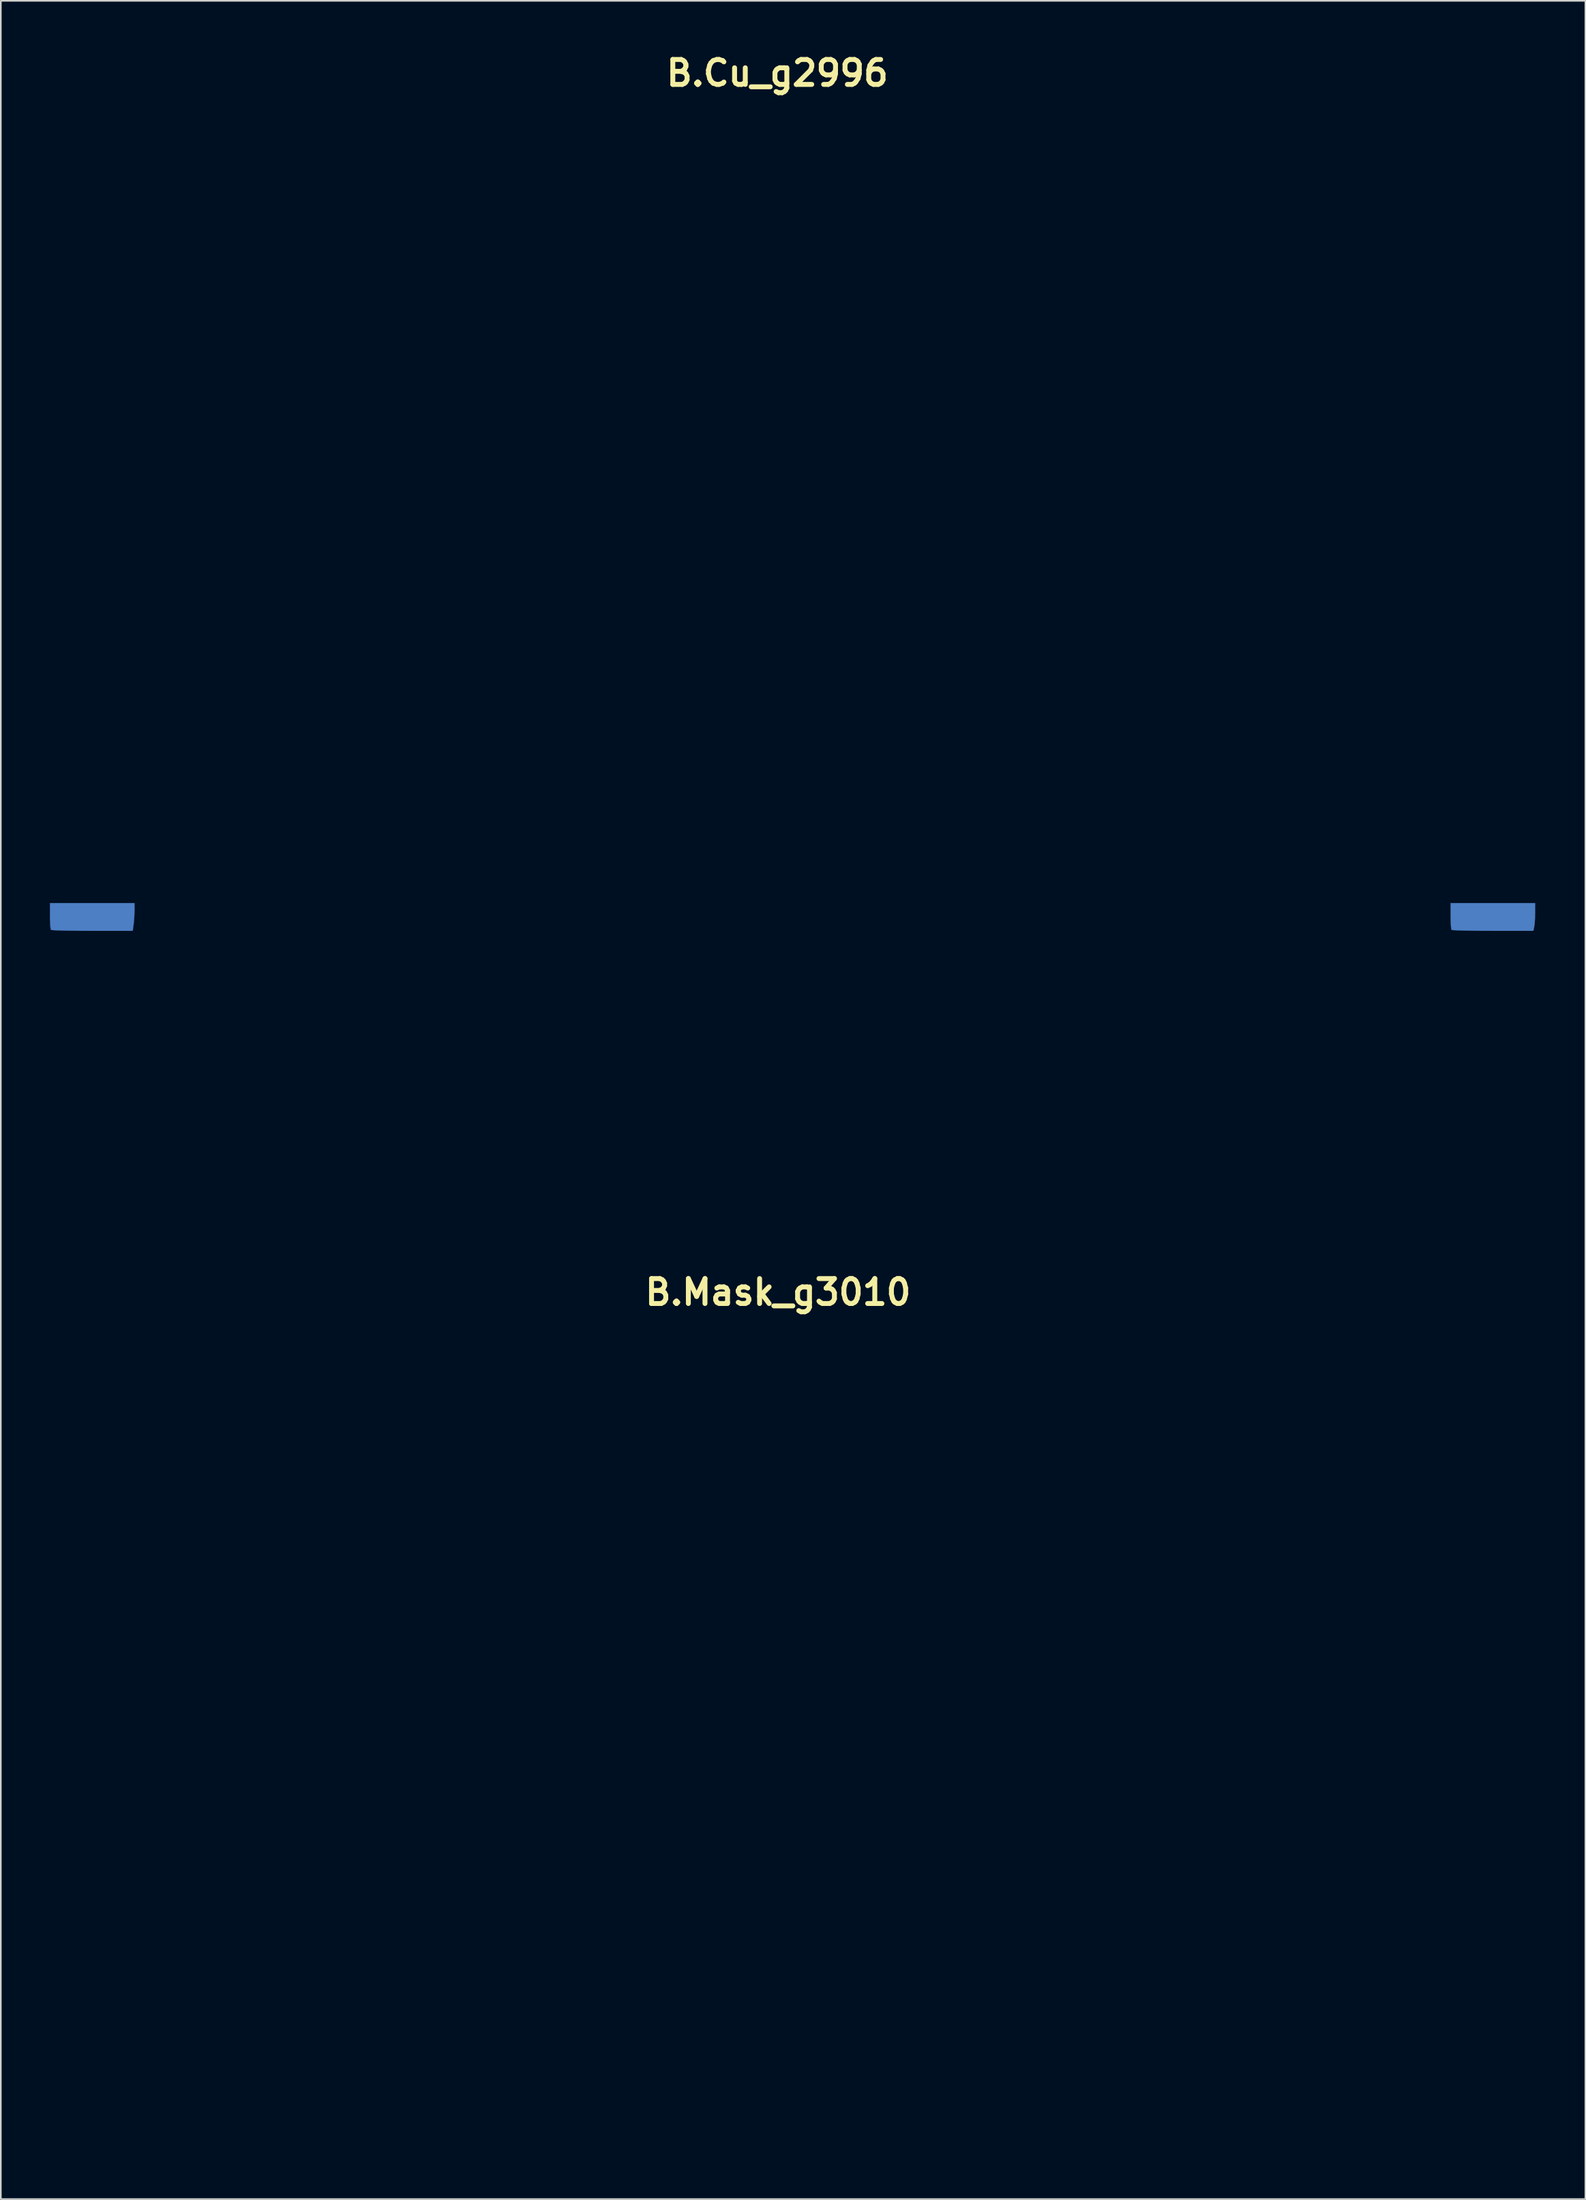
<source format=kicad_pcb>
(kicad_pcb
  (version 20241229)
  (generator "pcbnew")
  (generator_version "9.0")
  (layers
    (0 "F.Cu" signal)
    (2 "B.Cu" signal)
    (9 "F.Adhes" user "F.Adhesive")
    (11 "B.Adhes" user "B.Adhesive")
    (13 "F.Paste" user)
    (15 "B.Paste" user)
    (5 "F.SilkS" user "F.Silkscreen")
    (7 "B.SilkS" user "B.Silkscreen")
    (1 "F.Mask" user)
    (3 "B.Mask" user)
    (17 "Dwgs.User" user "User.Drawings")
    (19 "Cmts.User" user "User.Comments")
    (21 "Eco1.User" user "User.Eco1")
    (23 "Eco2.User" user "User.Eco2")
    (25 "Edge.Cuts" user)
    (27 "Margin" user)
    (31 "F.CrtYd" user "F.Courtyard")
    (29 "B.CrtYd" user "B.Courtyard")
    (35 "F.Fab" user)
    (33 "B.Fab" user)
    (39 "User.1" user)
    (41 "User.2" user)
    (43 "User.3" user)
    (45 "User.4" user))
  (footprint "B.Mask_g3010"
    (layer "F.Cu")
    (at 44.497 75.911)
    (property "Reference" "B.Mask_g3010" (at 0 0 0) (layer "F.SilkS") (effects (font (size 1.524 1.524) (thickness 0.3))))
    (attr through_hole)
    (fp_poly (pts (xy 46.283 51.362) (xy 46.256 51.704) (xy 46.237 52.002) (xy 46.228 52.197) (xy 46.228 52.21) (xy 46.228 52.409) (xy 43.728 52.409) (xy 42.972 52.407) (xy 42.371 52.402) (xy 41.911 52.392) (xy 41.578 52.378) (xy 41.356 52.358) (xy 41.231 52.332) (xy 41.19 52.303) (xy 41.171 52.174) (xy 41.151 51.922) (xy 41.134 51.595) (xy 41.13 51.477) (xy 41.106 50.758) (xy 43.722 50.735) (xy 46.338 50.713) (xy 46.283 51.362)) (stroke (width 0.01) (type solid)) (fill yes) (layer "B.Mask"))
    (fp_poly (pts (xy -40.706 50.734) (xy -40.194 50.74) (xy -39.785 50.751) (xy -39.499 50.766) (xy -39.358 50.784) (xy -39.347 50.789) (xy -39.319 50.904) (xy -39.31 51.148) (xy -39.321 51.482) (xy -39.331 51.637) (xy -39.392 52.409) (xy -41.881 52.409) (xy -42.635 52.407) (xy -43.235 52.402) (xy -43.693 52.392) (xy -44.026 52.377) (xy -44.247 52.357) (xy -44.37 52.331) (xy -44.409 52.303) (xy -44.429 52.174) (xy -44.45 51.922) (xy -44.466 51.595) (xy -44.47 51.477) (xy -44.492 50.758) (xy -41.958 50.735) (xy -41.3 50.732) (xy -40.706 50.734)) (stroke (width 0.01) (type solid)) (fill yes) (layer "B.Mask"))
    (fp_poly (pts (xy 12.477 -18.295) (xy 13.041 -18.229) (xy 13.293 -18.176) (xy 13.924 -17.966) (xy 14.586 -17.666) (xy 15.219 -17.306) (xy 15.763 -16.919) (xy 15.912 -16.792) (xy 16.232 -16.48) (xy 16.54 -16.142) (xy 16.813 -15.808) (xy 17.027 -15.507) (xy 17.158 -15.271) (xy 17.187 -15.159) (xy 17.151 -15.119) (xy 17.037 -15.052) (xy 16.841 -14.956) (xy 16.555 -14.828) (xy 16.175 -14.667) (xy 15.694 -14.469) (xy 15.106 -14.233) (xy 14.406 -13.956) (xy 13.587 -13.635) (xy 12.644 -13.269) (xy 11.571 -12.855) (xy 10.361 -12.391) (xy 9.009 -11.874) (xy 7.509 -11.303) (xy 6.242 -10.821) (xy 5.838 -10.667) (xy 5.759 -10.874) (xy 5.681 -11.192) (xy 5.632 -11.624) (xy 5.615 -12.116) (xy 5.631 -12.614) (xy 5.672 -12.996) (xy 5.904 -13.997) (xy 6.28 -14.927) (xy 6.791 -15.774) (xy 7.425 -16.521) (xy 8.172 -17.155) (xy 9.009 -17.656) (xy 9.657 -17.948) (xy 10.239 -18.145) (xy 10.818 -18.262) (xy 11.456 -18.313) (xy 11.811 -18.318) (xy 12.477 -18.295)) (stroke (width 0.01) (type solid)) (fill yes) (layer "B.Mask"))
    (fp_poly (pts (xy -7.132 -19.037) (xy -6.584 -18.957) (xy -6.477 -18.934) (xy -5.552 -18.626) (xy -4.692 -18.172) (xy -3.914 -17.59) (xy -3.232 -16.896) (xy -2.664 -16.106) (xy -2.226 -15.238) (xy -1.934 -14.308) (xy -1.912 -14.206) (xy -1.844 -13.782) (xy -1.801 -13.318) (xy -1.783 -12.846) (xy -1.788 -12.399) (xy -1.816 -12.009) (xy -1.866 -11.707) (xy -1.938 -11.525) (xy -1.979 -11.49) (xy -2.072 -11.514) (xy -2.31 -11.594) (xy -2.681 -11.726) (xy -3.171 -11.904) (xy -3.767 -12.124) (xy -4.458 -12.382) (xy -5.23 -12.672) (xy -6.07 -12.99) (xy -6.965 -13.33) (xy -7.705 -13.613) (xy -8.634 -13.969) (xy -9.516 -14.307) (xy -10.339 -14.624) (xy -11.089 -14.913) (xy -11.755 -15.169) (xy -12.323 -15.389) (xy -12.781 -15.567) (xy -13.116 -15.698) (xy -13.316 -15.778) (xy -13.37 -15.801) (xy -13.366 -15.905) (xy -13.268 -16.114) (xy -13.088 -16.404) (xy -12.849 -16.74) (xy -12.296 -17.351) (xy -11.616 -17.908) (xy -10.846 -18.385) (xy -10.025 -18.757) (xy -9.483 -18.931) (xy -8.991 -19.022) (xy -8.396 -19.069) (xy -7.756 -19.075) (xy -7.132 -19.037)) (stroke (width 0.01) (type solid)) (fill yes) (layer "B.Mask"))
    (fp_poly (pts (xy -13.966 -14.32) (xy -13.741 -14.242) (xy -13.388 -14.115) (xy -12.922 -13.945) (xy -12.359 -13.738) (xy -11.714 -13.499) (xy -11.002 -13.235) (xy -10.239 -12.95) (xy -9.439 -12.651) (xy -8.618 -12.343) (xy -7.791 -12.032) (xy -6.973 -11.724) (xy -6.18 -11.425) (xy -5.426 -11.14) (xy -4.728 -10.874) (xy -4.1 -10.634) (xy -3.557 -10.426) (xy -3.115 -10.255) (xy -2.789 -10.126) (xy -2.594 -10.046) (xy -2.544 -10.022) (xy -2.552 -9.919) (xy -2.653 -9.715) (xy -2.829 -9.436) (xy -3.064 -9.11) (xy -3.22 -8.911) (xy -3.853 -8.257) (xy -4.613 -7.69) (xy -5.473 -7.23) (xy -6.223 -6.947) (xy -6.69 -6.839) (xy -7.262 -6.763) (xy -7.874 -6.723) (xy -8.463 -6.722) (xy -8.966 -6.765) (xy -9.039 -6.777) (xy -9.986 -7.029) (xy -10.883 -7.426) (xy -11.708 -7.955) (xy -12.44 -8.598) (xy -13.057 -9.34) (xy -13.484 -10.053) (xy -13.767 -10.677) (xy -13.962 -11.263) (xy -14.079 -11.864) (xy -14.128 -12.53) (xy -14.125 -13.21) (xy -14.109 -13.622) (xy -14.09 -13.97) (xy -14.07 -14.22) (xy -14.051 -14.339) (xy -14.048 -14.343) (xy -13.966 -14.32)) (stroke (width 0.01) (type solid)) (fill yes) (layer "B.Mask"))
    (fp_poly (pts (xy 17.856 -13.48) (xy 17.881 -13.462) (xy 17.896 -13.438) (xy 17.899 -13.43) (xy 17.946 -13.219) (xy 17.975 -12.881) (xy 17.987 -12.457) (xy 17.981 -11.987) (xy 17.96 -11.514) (xy 17.924 -11.078) (xy 17.873 -10.72) (xy 17.842 -10.583) (xy 17.517 -9.675) (xy 17.048 -8.807) (xy 16.459 -8.017) (xy 15.776 -7.342) (xy 15.748 -7.319) (xy 15.29 -6.992) (xy 14.731 -6.671) (xy 14.137 -6.388) (xy 13.573 -6.178) (xy 13.42 -6.133) (xy 12.912 -6.037) (xy 12.307 -5.98) (xy 11.669 -5.963) (xy 11.068 -5.988) (xy 10.626 -6.046) (xy 9.651 -6.321) (xy 8.744 -6.747) (xy 7.917 -7.319) (xy 7.179 -8.029) (xy 6.801 -8.497) (xy 6.574 -8.825) (xy 6.463 -9.057) (xy 6.467 -9.219) (xy 6.586 -9.339) (xy 6.795 -9.436) (xy 8.335 -10.02) (xy 9.724 -10.548) (xy 10.971 -11.021) (xy 12.083 -11.442) (xy 13.068 -11.814) (xy 13.934 -12.14) (xy 14.688 -12.423) (xy 15.339 -12.665) (xy 15.893 -12.87) (xy 16.36 -13.039) (xy 16.746 -13.177) (xy 17.06 -13.286) (xy 17.309 -13.368) (xy 17.501 -13.426) (xy 17.644 -13.464) (xy 17.746 -13.483) (xy 17.814 -13.488) (xy 17.856 -13.48)) (stroke (width 0.01) (type solid)) (fill yes) (layer "B.Mask")))
  (footprint "B.Cu_g2996"
    (layer "F.Cu")
    (at 44.455 1.418)
    (property "Reference" "B.Cu_g2996" (at 0 0 0) (layer "F.SilkS") (effects (font (size 1.524 1.524) (thickness 0.3))))
    (attr through_hole)
    (fp_poly (pts (xy -39.285 51.169) (xy -39.296 51.525) (xy -39.324 51.89) (xy -39.339 52.016) (xy -39.393 52.409) (xy -41.865 52.409) (xy -42.496 52.407) (xy -43.071 52.402) (xy -43.569 52.393) (xy -43.968 52.383) (xy -44.247 52.37) (xy -44.384 52.356) (xy -44.394 52.352) (xy -44.418 52.248) (xy -44.437 52.015) (xy -44.448 51.694) (xy -44.45 51.506) (xy -44.45 50.715) (xy -39.285 50.715) (xy -39.285 51.169)) (stroke (width 0.01) (type solid)) (fill yes) (layer "B.Cu"))
    (fp_poly (pts (xy 46.313 51.297) (xy 46.305 51.639) (xy 46.285 51.952) (xy 46.26 52.144) (xy 46.207 52.409) (xy 43.734 52.409) (xy 43.103 52.407) (xy 42.528 52.402) (xy 42.029 52.393) (xy 41.63 52.383) (xy 41.351 52.37) (xy 41.214 52.356) (xy 41.204 52.352) (xy 41.18 52.248) (xy 41.161 52.015) (xy 41.15 51.694) (xy 41.148 51.506) (xy 41.148 50.715) (xy 46.313 50.715) (xy 46.313 51.297)) (stroke (width 0.01) (type solid)) (fill yes) (layer "B.Cu")))
  (gr_rect
    (start -3 -3)
    (end 93.84 131.325)
    (stroke (width 0.1) (type default))
    (fill no)
    (layer "Edge.Cuts")))
</source>
